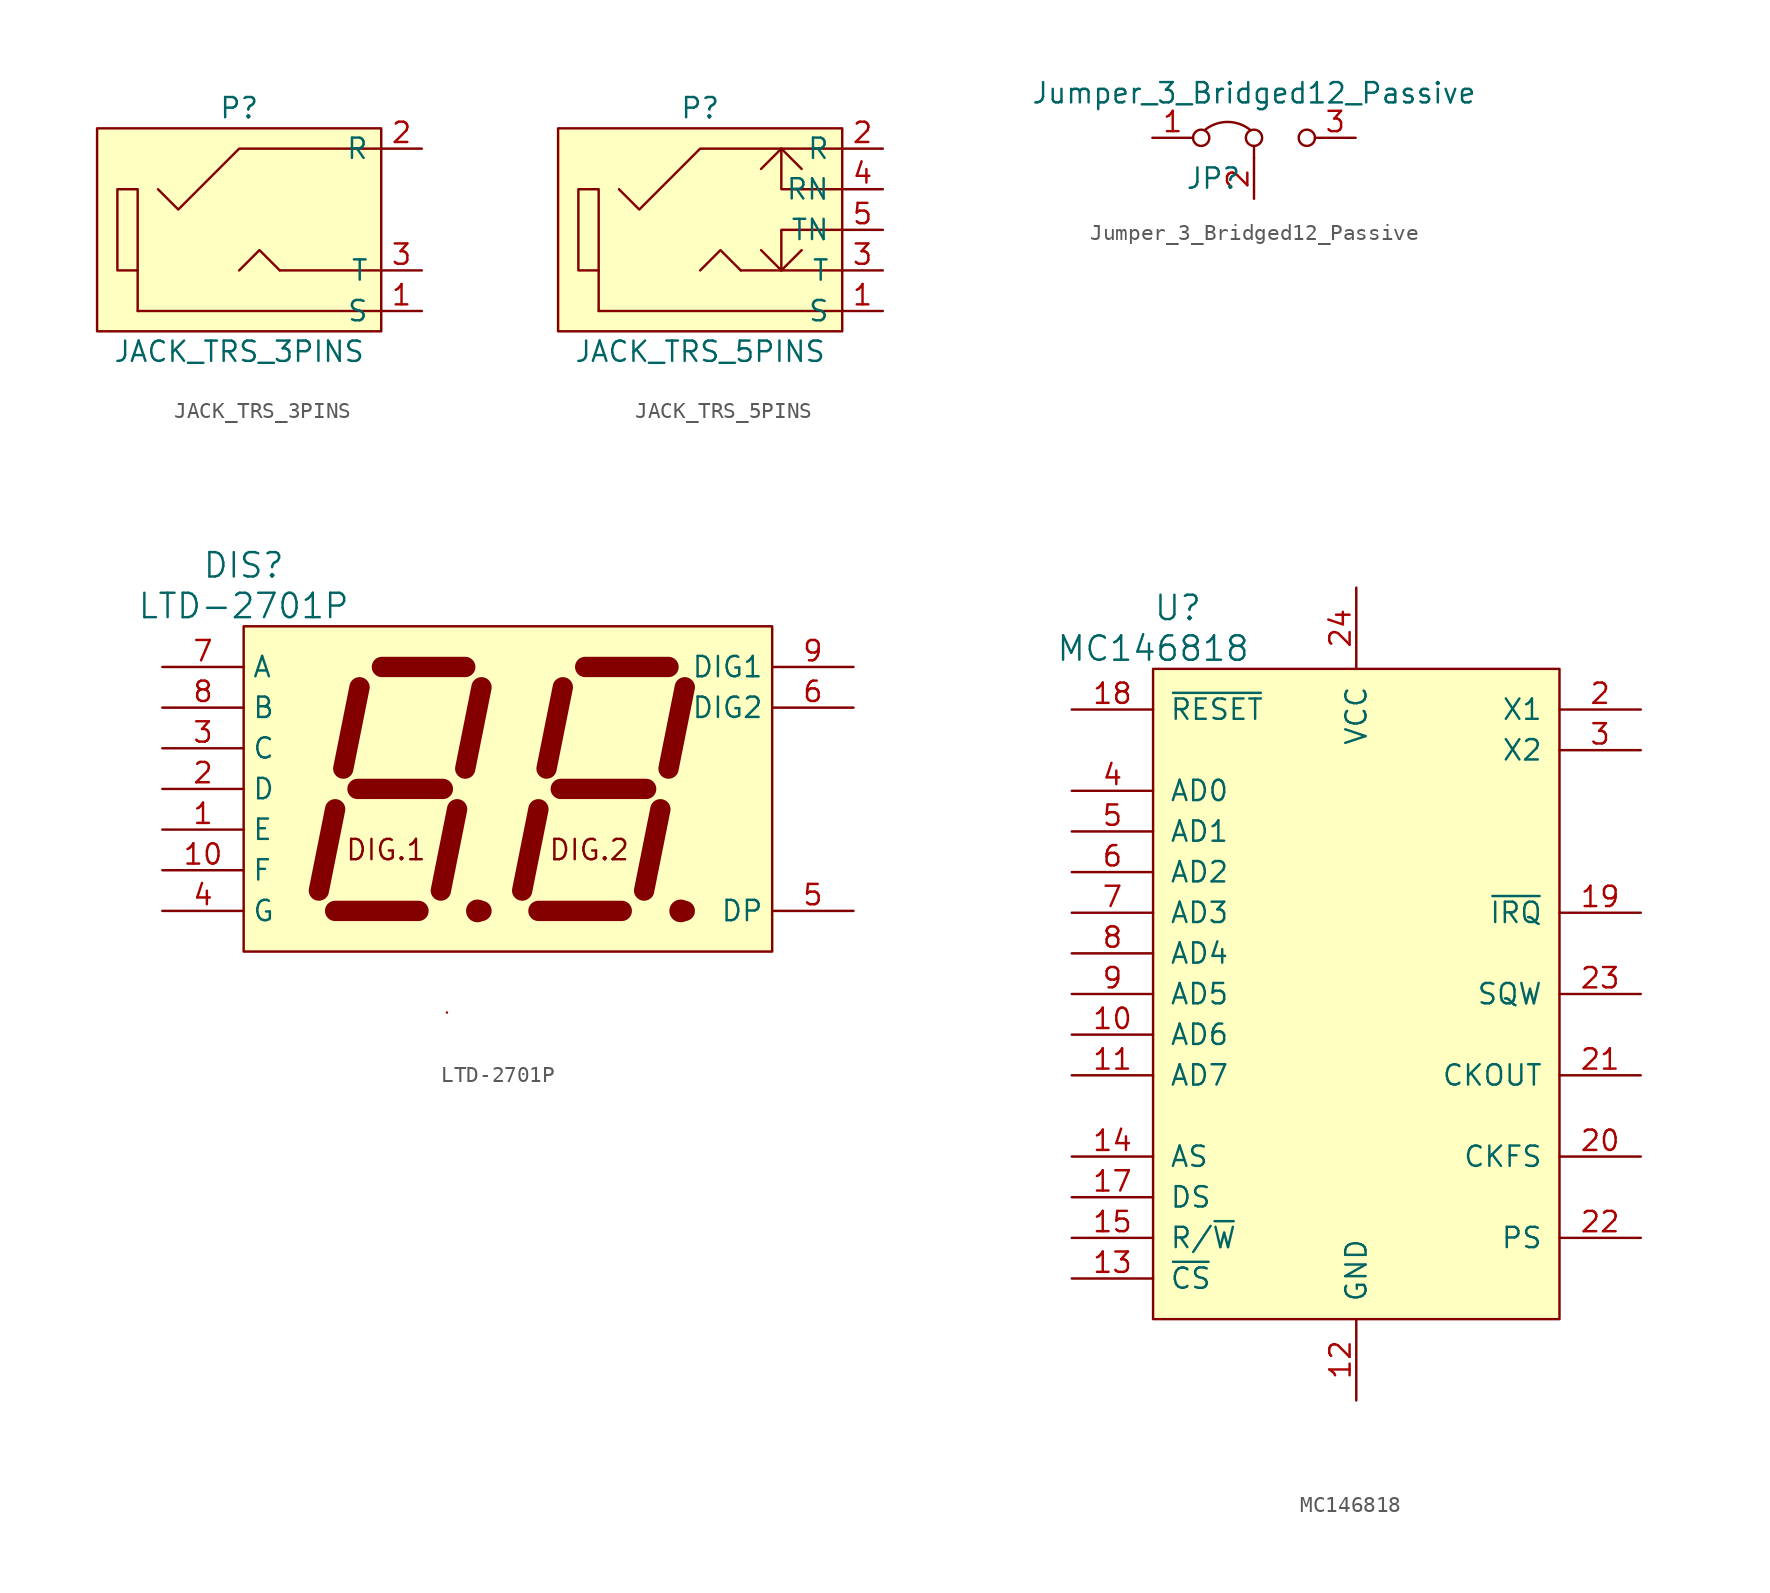
<source format=kicad_sym>
(kicad_symbol_lib
  (version 20211014)
  (generator kicad_symbol_editor)
  (symbol "JACK_TRS_3PINS"
    (pin_names
      (offset 0.762))
    (property "Reference" "P"
      (at 0 7.62 0)
      (effects (font (size 1.27 1.27))))
    (property "Value" "JACK_TRS_3PINS"
      (at 0 -7.62 0)
      (effects (font (size 1.27 1.27))))
    (property "Footprint" ""
      (at 3.81 3.81 0)
      (effects (font (size 1.27 1.27))))
    (property "Datasheet" ""
      (at 3.81 3.81 0)
      (effects (font (size 1.27 1.27))))
    (symbol "JACK_TRS_3PINS_0_0"
      (polyline (pts (xy -5.08 2.54) (xy -3.81 1.27) (xy 0 5.08) (xy 8.89 5.08)) (stroke (width 0) (type default) (color 0 0 0 0)) (fill (type none))))
    (symbol "JACK_TRS_3PINS_0_1"
      (rectangle (start -7.62 2.54) (end -6.35 -2.54) (stroke (width 0) (type default) (color 0 0 0 0)) (fill (type none)))
      (polyline (pts (xy -6.35 -5.08) (xy -6.35 -2.54)) (stroke (width 0) (type default) (color 0 0 0 0)) (fill (type none)))
      (polyline (pts (xy 2.54 -2.54) (xy 8.89 -2.54)) (stroke (width 0) (type default) (color 0 0 0 0)) (fill (type none)))
      (polyline (pts (xy 8.89 -5.08) (xy -6.35 -5.08)) (stroke (width 0) (type default) (color 0 0 0 0)) (fill (type none)))
      (polyline (pts (xy 2.54 -2.54) (xy 1.27 -1.27) (xy 0 -2.54) (xy 0 -2.54)) (stroke (width 0) (type default) (color 0 0 0 0)) (fill (type none)))
      (rectangle (start 8.89 6.35) (end -8.89 -6.35) (stroke (width 0) (type default) (color 0 0 0 0)) (fill (type background))))
    (symbol "JACK_TRS_3PINS_1_1"
      (pin passive line (at 11.43 -5.08 180) (length 2.54) (name "S" (effects (font (size 1.27 1.27)))) (number "1" (effects (font (size 1.27 1.27)))))
      (pin passive line (at 11.43 5.08 180) (length 2.54) (name "R" (effects (font (size 1.27 1.27)))) (number "2" (effects (font (size 1.27 1.27)))))
      (pin passive line (at 11.43 -2.54 180) (length 2.54) (name "T" (effects (font (size 1.27 1.27)))) (number "3" (effects (font (size 1.27 1.27)))))))
  (symbol "JACK_TRS_5PINS"
    (pin_names
      (offset 0.762))
    (property "Reference" "P"
      (at 0 7.62 0)
      (effects (font (size 1.27 1.27))))
    (property "Value" "JACK_TRS_5PINS"
      (at 0 -7.62 0)
      (effects (font (size 1.27 1.27))))
    (property "Footprint" ""
      (at 3.81 3.81 0)
      (effects (font (size 1.27 1.27))))
    (property "Datasheet" ""
      (at 3.81 3.81 0)
      (effects (font (size 1.27 1.27))))
    (symbol "JACK_TRS_5PINS_0_0"
      (polyline (pts (xy 5.08 -2.54) (xy 5.08 0) (xy 8.89 0)) (stroke (width 0) (type default) (color 0 0 0 0)) (fill (type none)))
      (polyline (pts (xy 5.08 5.08) (xy 5.08 2.54) (xy 8.89 2.54)) (stroke (width 0) (type default) (color 0 0 0 0)) (fill (type none)))
      (polyline (pts (xy -5.08 2.54) (xy -3.81 1.27) (xy 0 5.08) (xy 8.89 5.08)) (stroke (width 0) (type default) (color 0 0 0 0)) (fill (type none))))
    (symbol "JACK_TRS_5PINS_0_1"
      (rectangle (start -7.62 2.54) (end -6.35 -2.54) (stroke (width 0) (type default) (color 0 0 0 0)) (fill (type none)))
      (polyline (pts (xy -6.35 -5.08) (xy -6.35 -2.54)) (stroke (width 0) (type default) (color 0 0 0 0)) (fill (type none)))
      (polyline (pts (xy 2.54 -2.54) (xy 8.89 -2.54)) (stroke (width 0) (type default) (color 0 0 0 0)) (fill (type none)))
      (polyline (pts (xy 8.89 -5.08) (xy -6.35 -5.08)) (stroke (width 0) (type default) (color 0 0 0 0)) (fill (type none)))
      (polyline (pts (xy 2.54 -2.54) (xy 1.27 -1.27) (xy 0 -2.54) (xy 0 -2.54)) (stroke (width 0) (type default) (color 0 0 0 0)) (fill (type none)))
      (polyline (pts (xy 3.81 -1.27) (xy 5.08 -2.54) (xy 6.35 -1.27) (xy 6.35 -1.27)) (stroke (width 0) (type default) (color 0 0 0 0)) (fill (type none)))
      (polyline (pts (xy 3.81 3.81) (xy 5.08 5.08) (xy 6.35 3.81) (xy 6.35 3.81)) (stroke (width 0) (type default) (color 0 0 0 0)) (fill (type none)))
      (rectangle (start 8.89 6.35) (end -8.89 -6.35) (stroke (width 0) (type default) (color 0 0 0 0)) (fill (type background))))
    (symbol "JACK_TRS_5PINS_1_1"
      (pin passive line (at 11.43 -5.08 180) (length 2.54) (name "S" (effects (font (size 1.27 1.27)))) (number "1" (effects (font (size 1.27 1.27)))))
      (pin passive line (at 11.43 5.08 180) (length 2.54) (name "R" (effects (font (size 1.27 1.27)))) (number "2" (effects (font (size 1.27 1.27)))))
      (pin passive line (at 11.43 -2.54 180) (length 2.54) (name "T" (effects (font (size 1.27 1.27)))) (number "3" (effects (font (size 1.27 1.27)))))
      (pin passive line (at 11.43 2.54 180) (length 2.54) (name "RN" (effects (font (size 1.27 1.27)))) (number "4" (effects (font (size 1.27 1.27)))))
      (pin passive line (at 11.43 0 180) (length 2.54) (name "TN" (effects (font (size 1.27 1.27)))) (number "5" (effects (font (size 1.27 1.27)))))))
  (symbol "Jumper_3_Bridged12_Passive"
    (pin_names
      (offset 0) hide)
    (property "Reference" "JP"
      (at -2.54 -2.54 0)
      (effects (font (size 1.27 1.27))))
    (property "Value" "Jumper_3_Bridged12_Passive"
      (at 0 2.794 0)
      (effects (font (size 1.27 1.27))))
    (symbol "Jumper_3_Bridged12_Passive_0_0"
      (circle (center -3.302 0) (radius 0.508) (stroke (width 0) (type default) (color 0 0 0 0)) (fill (type none)))
      (circle (center 0 0) (radius 0.508) (stroke (width 0) (type default) (color 0 0 0 0)) (fill (type none)))
      (circle (center 3.302 0) (radius 0.508) (stroke (width 0) (type default) (color 0 0 0 0)) (fill (type none))))
    (symbol "Jumper_3_Bridged12_Passive_0_1"
      (arc (start -0.254 0.508) (mid -1.651 0.9912) (end -3.048 0.508) (stroke (width 0) (type default) (color 0 0 0 0)) (fill (type none)))
      (polyline (pts (xy 0 -1.27) (xy 0 -0.508)) (stroke (width 0) (type default) (color 0 0 0 0)) (fill (type none))))
    (symbol "Jumper_3_Bridged12_Passive_1_1"
      (pin passive line (at -6.35 0 0) (length 2.54) (name "A" (effects (font (size 1.27 1.27)))) (number "1" (effects (font (size 1.27 1.27)))))
      (pin passive line (at 0 -3.81 90) (length 2.54) (name "C" (effects (font (size 1.27 1.27)))) (number "2" (effects (font (size 1.27 1.27)))))
      (pin passive line (at 6.35 0 180) (length 2.54) (name "B" (effects (font (size 1.27 1.27)))) (number "3" (effects (font (size 1.27 1.27)))))))
  (symbol "LTD-2701P"
    (property "Reference" "DIS"
      (at -16.51 13.97 0)
      (effects (font (size 1.524 1.524))))
    (property "Value" "LTD-2701P"
      (at -16.51 11.43 0)
      (effects (font (size 1.524 1.524))))
    (property "Footprint" ""
      (at -6.096 0.635 0)
      (effects (font (size 1.524 1.524))))
    (property "Datasheet" ""
      (at -6.096 0.635 0)
      (effects (font (size 1.524 1.524))))
    (symbol "LTD-2701P_0_0"
      (circle (center -1.905 -7.62) (radius 0.635) (stroke (width 0) (type default) (color 0 0 0 0)) (fill (type outline)))
      (polyline (pts (xy -3.81 -13.97) (xy -3.81 -13.97)) (stroke (width 0) (type default) (color 0 0 0 0)) (fill (type none)))
      (circle (center 10.795 -7.62) (radius 0.635) (stroke (width 0) (type default) (color 0 0 0 0)) (fill (type outline)))
      (text "DIG.1" (at -7.62 -3.81 0) (effects (font (size 1.27 1.27))))
      (text "DIG.2" (at 5.08 -3.81 0) (effects (font (size 1.27 1.27)))))
    (symbol "LTD-2701P_0_1"
      (rectangle (start -16.51 10.16) (end 16.51 -10.16) (stroke (width 0) (type default) (color 0 0 0 0)) (fill (type background)))
      (polyline (pts (xy -11.811 -6.35) (xy -10.795 -1.27)) (stroke (width 1.27) (type default) (color 0 0 0 0)) (fill (type none)))
      (polyline (pts (xy -10.287 1.27) (xy -9.271 6.35)) (stroke (width 1.27) (type default) (color 0 0 0 0)) (fill (type none)))
      (polyline (pts (xy -9.398 0) (xy -4.064 0)) (stroke (width 1.27) (type default) (color 0 0 0 0)) (fill (type none)))
      (polyline (pts (xy -7.874 7.62) (xy -2.667 7.62)) (stroke (width 1.27) (type default) (color 0 0 0 0)) (fill (type none)))
      (polyline (pts (xy -5.588 -7.62) (xy -10.795 -7.62)) (stroke (width 1.27) (type default) (color 0 0 0 0)) (fill (type none)))
      (polyline (pts (xy -4.191 -6.35) (xy -3.175 -1.27)) (stroke (width 1.27) (type default) (color 0 0 0 0)) (fill (type none)))
      (polyline (pts (xy -2.667 1.27) (xy -1.651 6.35)) (stroke (width 1.27) (type default) (color 0 0 0 0)) (fill (type none)))
      (polyline (pts (xy -1.651 -7.62) (xy -1.651 -7.62)) (stroke (width 1.27) (type default) (color 0 0 0 0)) (fill (type none)))
      (polyline (pts (xy 0.889 -6.35) (xy 1.905 -1.27)) (stroke (width 1.27) (type default) (color 0 0 0 0)) (fill (type none)))
      (polyline (pts (xy 2.413 1.27) (xy 3.429 6.35)) (stroke (width 1.27) (type default) (color 0 0 0 0)) (fill (type none)))
      (polyline (pts (xy 3.302 0) (xy 8.636 0)) (stroke (width 1.27) (type default) (color 0 0 0 0)) (fill (type none)))
      (polyline (pts (xy 4.826 7.62) (xy 10.033 7.62)) (stroke (width 1.27) (type default) (color 0 0 0 0)) (fill (type none)))
      (polyline (pts (xy 7.112 -7.62) (xy 1.905 -7.62)) (stroke (width 1.27) (type default) (color 0 0 0 0)) (fill (type none)))
      (polyline (pts (xy 8.509 -6.35) (xy 9.525 -1.27)) (stroke (width 1.27) (type default) (color 0 0 0 0)) (fill (type none)))
      (polyline (pts (xy 10.033 1.27) (xy 11.049 6.35)) (stroke (width 1.27) (type default) (color 0 0 0 0)) (fill (type none)))
      (polyline (pts (xy 11.049 -7.62) (xy 11.049 -7.62)) (stroke (width 1.27) (type default) (color 0 0 0 0)) (fill (type none))))
    (symbol "LTD-2701P_1_1"
      (pin input line (at -21.59 -2.54 0) (length 5.08) (name "E" (effects (font (size 1.27 1.27)))) (number "1" (effects (font (size 1.27 1.27)))))
      (pin input line (at -21.59 -5.08 0) (length 5.08) (name "F" (effects (font (size 1.27 1.27)))) (number "10" (effects (font (size 1.27 1.27)))))
      (pin input line (at -21.59 0 0) (length 5.08) (name "D" (effects (font (size 1.27 1.27)))) (number "2" (effects (font (size 1.27 1.27)))))
      (pin input line (at -21.59 2.54 0) (length 5.08) (name "C" (effects (font (size 1.27 1.27)))) (number "3" (effects (font (size 1.27 1.27)))))
      (pin input line (at -21.59 -7.62 0) (length 5.08) (name "G" (effects (font (size 1.27 1.27)))) (number "4" (effects (font (size 1.27 1.27)))))
      (pin input line (at 21.59 -7.62 180) (length 5.08) (name "DP" (effects (font (size 1.27 1.27)))) (number "5" (effects (font (size 1.27 1.27)))))
      (pin input line (at 21.59 5.08 180) (length 5.08) (name "DIG2" (effects (font (size 1.27 1.27)))) (number "6" (effects (font (size 1.27 1.27)))))
      (pin input line (at -21.59 7.62 0) (length 5.08) (name "A" (effects (font (size 1.27 1.27)))) (number "7" (effects (font (size 1.27 1.27)))))
      (pin input line (at -21.59 5.08 0) (length 5.08) (name "B" (effects (font (size 1.27 1.27)))) (number "8" (effects (font (size 1.27 1.27)))))
      (pin input line (at 21.59 7.62 180) (length 5.08) (name "DIG1" (effects (font (size 1.27 1.27)))) (number "9" (effects (font (size 1.27 1.27)))))))
  (symbol "MC146818"
    (pin_names
      (offset 1.016))
    (property "Reference" "U"
      (at -12.7 22.86 0)
      (effects (font (size 1.524 1.524)) (justify left)))
    (property "Value" "MC146818"
      (at -12.7 20.32 0)
      (effects (font (size 1.524 1.524))))
    (property "Footprint" ""
      (at 0 0 0)
      (effects (font (size 1.524 1.524))))
    (property "Datasheet" ""
      (at 0 0 0)
      (effects (font (size 1.524 1.524))))
    (symbol "MC146818_0_1"
      (rectangle (start -12.7 19.05) (end 12.7 -21.59) (stroke (width 0) (type default) (color 0 0 0 0)) (fill (type background))))
    (symbol "MC146818_1_1"
      (pin no_connect line (at 17.78 8.89 180) (length 5.08) hide (name "NC" (effects (font (size 1.27 1.27)))) (number "1" (effects (font (size 1.27 1.27)))))
      (pin bidirectional line (at -17.78 -3.81 0) (length 5.08) (name "AD6" (effects (font (size 1.27 1.27)))) (number "10" (effects (font (size 1.27 1.27)))))
      (pin bidirectional line (at -17.78 -6.35 0) (length 5.08) (name "AD7" (effects (font (size 1.27 1.27)))) (number "11" (effects (font (size 1.27 1.27)))))
      (pin power_in line (at 0 -26.67 90) (length 5.08) (name "GND" (effects (font (size 1.27 1.27)))) (number "12" (effects (font (size 1.27 1.27)))))
      (pin input line (at -17.78 -19.05 0) (length 5.08) (name "~{CS}" (effects (font (size 1.27 1.27)))) (number "13" (effects (font (size 1.27 1.27)))))
      (pin input line (at -17.78 -11.43 0) (length 5.08) (name "AS" (effects (font (size 1.27 1.27)))) (number "14" (effects (font (size 1.27 1.27)))))
      (pin input line (at -17.78 -16.51 0) (length 5.08) (name "R/~{W}" (effects (font (size 1.27 1.27)))) (number "15" (effects (font (size 1.27 1.27)))))
      (pin no_connect line (at 5.08 -26.67 90) (length 5.08) hide (name "NC" (effects (font (size 1.27 1.27)))) (number "16" (effects (font (size 1.27 1.27)))))
      (pin input line (at -17.78 -13.97 0) (length 5.08) (name "DS" (effects (font (size 1.27 1.27)))) (number "17" (effects (font (size 1.27 1.27)))))
      (pin input line (at -17.78 16.51 0) (length 5.08) (name "~{RESET}" (effects (font (size 1.27 1.27)))) (number "18" (effects (font (size 1.27 1.27)))))
      (pin output line (at 17.78 3.81 180) (length 5.08) (name "~{IRQ}" (effects (font (size 1.27 1.27)))) (number "19" (effects (font (size 1.27 1.27)))))
      (pin input line (at 17.78 16.51 180) (length 5.08) (name "X1" (effects (font (size 1.27 1.27)))) (number "2" (effects (font (size 1.27 1.27)))))
      (pin input line (at 17.78 -11.43 180) (length 5.08) (name "CKFS" (effects (font (size 1.27 1.27)))) (number "20" (effects (font (size 1.27 1.27)))))
      (pin output line (at 17.78 -6.35 180) (length 5.08) (name "CKOUT" (effects (font (size 1.27 1.27)))) (number "21" (effects (font (size 1.27 1.27)))))
      (pin input line (at 17.78 -16.51 180) (length 5.08) (name "PS" (effects (font (size 1.27 1.27)))) (number "22" (effects (font (size 1.27 1.27)))))
      (pin input line (at 17.78 -1.27 180) (length 5.08) (name "SQW" (effects (font (size 1.27 1.27)))) (number "23" (effects (font (size 1.27 1.27)))))
      (pin power_in line (at 0 24.13 270) (length 5.08) (name "VCC" (effects (font (size 1.27 1.27)))) (number "24" (effects (font (size 1.27 1.27)))))
      (pin input line (at 17.78 13.97 180) (length 5.08) (name "X2" (effects (font (size 1.27 1.27)))) (number "3" (effects (font (size 1.27 1.27)))))
      (pin bidirectional line (at -17.78 11.43 0) (length 5.08) (name "AD0" (effects (font (size 1.27 1.27)))) (number "4" (effects (font (size 1.27 1.27)))))
      (pin bidirectional line (at -17.78 8.89 0) (length 5.08) (name "AD1" (effects (font (size 1.27 1.27)))) (number "5" (effects (font (size 1.27 1.27)))))
      (pin bidirectional line (at -17.78 6.35 0) (length 5.08) (name "AD2" (effects (font (size 1.27 1.27)))) (number "6" (effects (font (size 1.27 1.27)))))
      (pin bidirectional line (at -17.78 3.81 0) (length 5.08) (name "AD3" (effects (font (size 1.27 1.27)))) (number "7" (effects (font (size 1.27 1.27)))))
      (pin bidirectional line (at -17.78 1.27 0) (length 5.08) (name "AD4" (effects (font (size 1.27 1.27)))) (number "8" (effects (font (size 1.27 1.27)))))
      (pin bidirectional line (at -17.78 -1.27 0) (length 5.08) (name "AD5" (effects (font (size 1.27 1.27)))) (number "9" (effects (font (size 1.27 1.27))))))))
</source>
